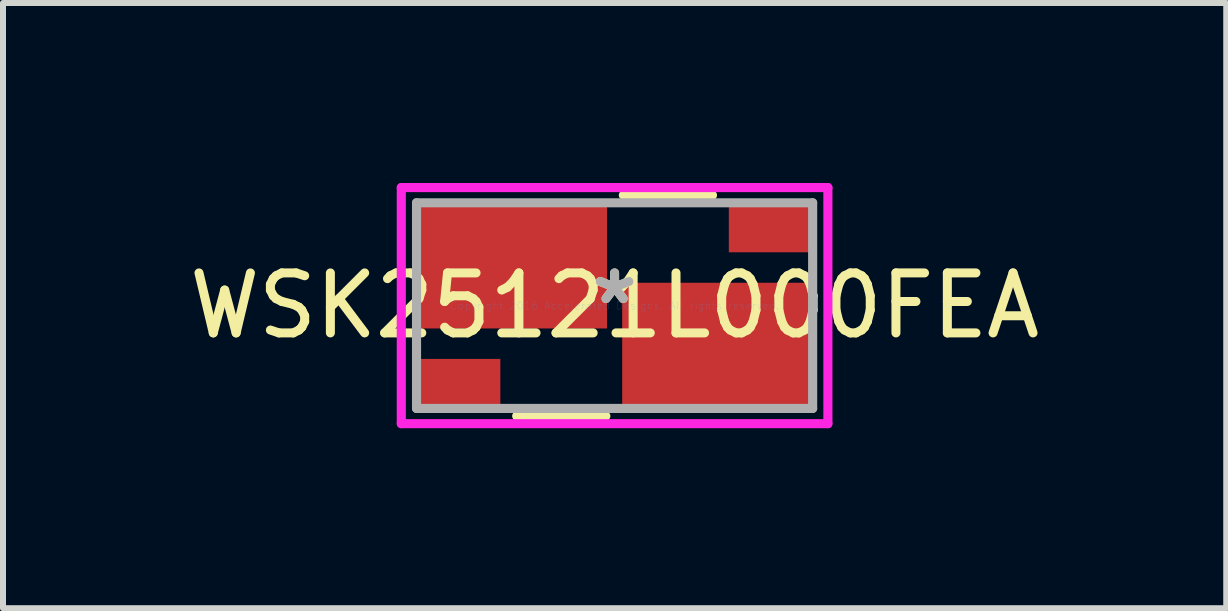
<source format=kicad_pcb>
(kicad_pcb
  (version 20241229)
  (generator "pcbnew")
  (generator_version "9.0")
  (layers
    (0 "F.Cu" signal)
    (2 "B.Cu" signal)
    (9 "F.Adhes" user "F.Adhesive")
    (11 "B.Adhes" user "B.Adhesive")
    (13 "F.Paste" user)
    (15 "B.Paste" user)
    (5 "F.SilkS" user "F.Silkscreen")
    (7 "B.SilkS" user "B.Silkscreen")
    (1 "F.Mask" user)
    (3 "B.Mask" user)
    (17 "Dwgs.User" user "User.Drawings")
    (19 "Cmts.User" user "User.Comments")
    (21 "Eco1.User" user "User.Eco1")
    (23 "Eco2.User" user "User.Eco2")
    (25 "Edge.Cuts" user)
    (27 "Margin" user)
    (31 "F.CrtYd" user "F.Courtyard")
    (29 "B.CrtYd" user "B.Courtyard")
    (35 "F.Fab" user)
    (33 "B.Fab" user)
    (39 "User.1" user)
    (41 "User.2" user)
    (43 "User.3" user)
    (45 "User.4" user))
  (footprint "WSK25121L000FEA"
    (layer "F.Cu")
    (at 7.196 2.045)
    (property "Reference" "WSK25121L000FEA" (at 0 0 0) (layer "F.SilkS") (effects (font (size 1 1) (thickness 0.15))))
    (attr through_hole)
    (fp_line (start -1.632 1.841) (end -0.146 1.841) (stroke (width 0.152) (type solid)) (layer "F.SilkS"))
    (fp_line (start 1.632 -1.841) (end 0.146 -1.841) (stroke (width 0.152) (type solid)) (layer "F.SilkS"))
    (fp_line (start -3.556 -1.968) (end 3.556 -1.968) (stroke (width 0.152) (type solid)) (layer "F.CrtYd"))
    (fp_line (start -3.556 1.968) (end -3.556 -1.968) (stroke (width 0.152) (type solid)) (layer "F.CrtYd"))
    (fp_line (start 3.556 -1.968) (end 3.556 1.968) (stroke (width 0.152) (type solid)) (layer "F.CrtYd"))
    (fp_line (start 3.556 1.968) (end -3.556 1.968) (stroke (width 0.152) (type solid)) (layer "F.CrtYd"))
    (fp_line (start -3.302 -1.714) (end -3.302 1.714) (stroke (width 0.152) (type solid)) (layer "F.Fab"))
    (fp_line (start -3.302 1.714) (end 3.302 1.714) (stroke (width 0.152) (type solid)) (layer "F.Fab"))
    (fp_line (start 3.302 -1.714) (end -3.302 -1.714) (stroke (width 0.152) (type solid)) (layer "F.Fab"))
    (fp_line (start 3.302 1.714) (end 3.302 -1.714) (stroke (width 0.152) (type solid)) (layer "F.Fab"))
    (fp_text user "*" (at 0 0 0) (layer "F.SilkS") (effects (font (size 1 1) (thickness 0.15))))
    (fp_text user "Copyright 2016 Accelerated Designs. All rights reserved." (at 0 0 0) (layer "Cmts.User") (effects (font (size 0.127 0.127) (thickness 0.002))))
    (fp_text user "*" (at 0 0 0) (layer "F.Fab") (effects (font (size 1 1) (thickness 0.15))))
    (pad "1" smd rect (at -1.714 -0.635) (size 3.175 2.032) (layers "F.Cu" "F.Mask" "F.Paste"))
    (pad "2" smd rect (at -2.603 1.27) (size 1.397 0.762) (layers "F.Cu" "F.Mask" "F.Paste"))
    (pad "3" smd rect (at 2.603 -1.27) (size 1.397 0.762) (layers "F.Cu" "F.Mask" "F.Paste"))
    (pad "4" smd rect (at 1.714 0.635) (size 3.175 2.032) (layers "F.Cu" "F.Mask" "F.Paste")))
  (gr_rect
    (start -3 -3)
    (end 17.393 7.089)
    (stroke (width 0.1) (type default))
    (fill no)
    (layer "Edge.Cuts")))
</source>
